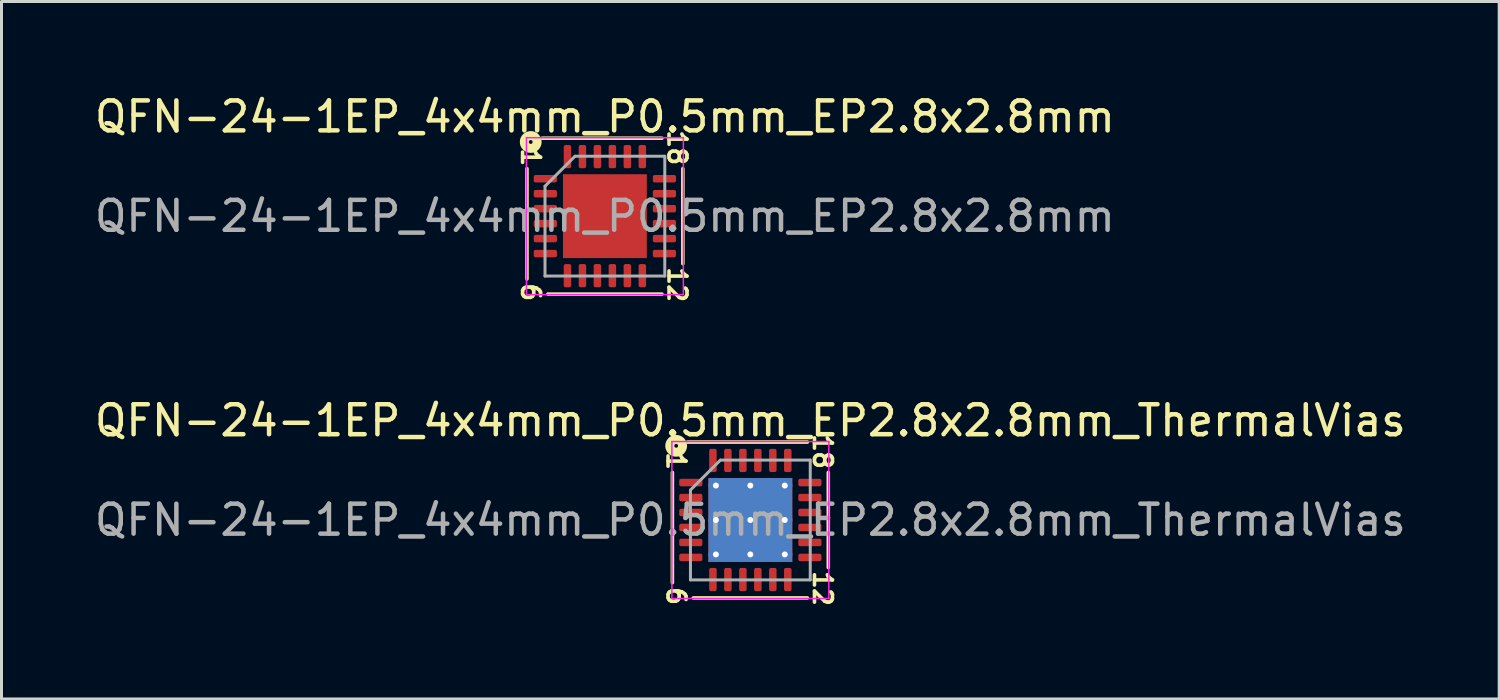
<source format=kicad_pcb>
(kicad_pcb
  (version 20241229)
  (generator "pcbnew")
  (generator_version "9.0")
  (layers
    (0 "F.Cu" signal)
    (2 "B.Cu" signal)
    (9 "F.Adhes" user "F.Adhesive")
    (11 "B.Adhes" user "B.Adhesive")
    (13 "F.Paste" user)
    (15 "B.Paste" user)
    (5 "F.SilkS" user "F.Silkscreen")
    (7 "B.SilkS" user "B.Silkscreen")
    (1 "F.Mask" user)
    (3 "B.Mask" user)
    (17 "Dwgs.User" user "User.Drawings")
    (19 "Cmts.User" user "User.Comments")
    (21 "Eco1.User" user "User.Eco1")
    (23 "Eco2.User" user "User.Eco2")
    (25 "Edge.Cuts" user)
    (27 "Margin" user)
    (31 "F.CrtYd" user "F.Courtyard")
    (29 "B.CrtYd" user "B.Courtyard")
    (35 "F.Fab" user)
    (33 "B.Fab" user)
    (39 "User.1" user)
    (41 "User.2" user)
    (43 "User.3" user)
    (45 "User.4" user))
  (footprint "QFN-24-1EP_4x4mm_P0.5mm_EP2.8x2.8mm_ThermalVias"
    (layer "F.Cu")
    (at 22.006 14.314)
    (property "Reference" "QFN-24-1EP_4x4mm_P0.5mm_EP2.8x2.8mm_ThermalVias" (at 0 -3.32 0) (layer "F.SilkS") (effects (font (size 1 1) (thickness 0.15))))
    (attr smd)
    (fp_line (start -2.603 -1.587) (end -2.603 2.095) (stroke (width 0.12) (type solid)) (layer "F.SilkS"))
    (fp_line (start -1.905 2.603) (end 1.905 2.603) (stroke (width 0.12) (type solid)) (layer "F.SilkS"))
    (fp_line (start 1.905 -2.603) (end -2.095 -2.603) (stroke (width 0.12) (type solid)) (layer "F.SilkS"))
    (fp_line (start 2.603 1.587) (end 2.603 -1.587) (stroke (width 0.12) (type solid)) (layer "F.SilkS"))
    (fp_circle (center -2.477 -2.477) (end -2.413 -2.477) (stroke (width 0.3) (type solid)) (fill no) (layer "F.SilkS"))
    (fp_line (start -2.62 -2.62) (end -2.62 2.62) (stroke (width 0.05) (type solid)) (layer "F.CrtYd"))
    (fp_line (start -2.62 2.62) (end 2.62 2.62) (stroke (width 0.05) (type solid)) (layer "F.CrtYd"))
    (fp_line (start 2.62 -2.62) (end -2.62 -2.62) (stroke (width 0.05) (type solid)) (layer "F.CrtYd"))
    (fp_line (start 2.62 2.62) (end 2.62 -2.62) (stroke (width 0.05) (type solid)) (layer "F.CrtYd"))
    (fp_line (start -2 -1) (end -1 -2) (stroke (width 0.1) (type solid)) (layer "F.Fab"))
    (fp_line (start -2 2) (end -2 -1) (stroke (width 0.1) (type solid)) (layer "F.Fab"))
    (fp_line (start -1 -2) (end 2 -2) (stroke (width 0.1) (type solid)) (layer "F.Fab"))
    (fp_line (start 2 -2) (end 2 2) (stroke (width 0.1) (type solid)) (layer "F.Fab"))
    (fp_line (start 2 2) (end -2 2) (stroke (width 0.1) (type solid)) (layer "F.Fab"))
    (fp_text user "12" (at 2.413 2.286 270) (unlocked yes) (layer "F.SilkS") (effects (font (size 0.6 0.6) (thickness 0.12))))
    (fp_text user "6" (at -2.477 2.54 270) (unlocked yes) (layer "F.SilkS") (effects (font (size 0.6 0.6) (thickness 0.12))))
    (fp_text user "1" (at -2.477 -1.968 270) (unlocked yes) (layer "F.SilkS") (effects (font (size 0.6 0.6) (thickness 0.12))))
    (fp_text user "18" (at 2.413 -2.286 270) (unlocked yes) (layer "F.SilkS") (effects (font (size 0.6 0.6) (thickness 0.12))))
    (fp_text user "${REFERENCE}" (at 0 0 0) (layer "F.Fab") (effects (font (size 1 1) (thickness 0.15))))
    (pad "" smd roundrect (at -0.7 -0.7) (size 1.21 1.21) (layers "F.Paste") (roundrect_rratio 0.207))
    (pad "" smd roundrect (at -0.7 0.7) (size 1.21 1.21) (layers "F.Paste") (roundrect_rratio 0.207))
    (pad "" smd roundrect (at 0.7 -0.7) (size 1.21 1.21) (layers "F.Paste") (roundrect_rratio 0.207))
    (pad "" smd roundrect (at 0.7 0.7) (size 1.21 1.21) (layers "F.Paste") (roundrect_rratio 0.207))
    (pad "1" smd roundrect (at -1.988 -1.25) (size 0.775 0.25) (layers "F.Cu" "F.Mask" "F.Paste") (roundrect_rratio 0.25))
    (pad "2" smd roundrect (at -1.988 -0.75) (size 0.775 0.25) (layers "F.Cu" "F.Mask" "F.Paste") (roundrect_rratio 0.25))
    (pad "3" smd roundrect (at -1.988 -0.25) (size 0.775 0.25) (layers "F.Cu" "F.Mask" "F.Paste") (roundrect_rratio 0.25))
    (pad "4" smd roundrect (at -1.988 0.25) (size 0.775 0.25) (layers "F.Cu" "F.Mask" "F.Paste") (roundrect_rratio 0.25))
    (pad "5" smd roundrect (at -1.988 0.75) (size 0.775 0.25) (layers "F.Cu" "F.Mask" "F.Paste") (roundrect_rratio 0.25))
    (pad "6" smd roundrect (at -1.988 1.25) (size 0.775 0.25) (layers "F.Cu" "F.Mask" "F.Paste") (roundrect_rratio 0.25))
    (pad "7" smd roundrect (at -1.25 1.988) (size 0.25 0.775) (layers "F.Cu" "F.Mask" "F.Paste") (roundrect_rratio 0.25))
    (pad "8" smd roundrect (at -0.75 1.988) (size 0.25 0.775) (layers "F.Cu" "F.Mask" "F.Paste") (roundrect_rratio 0.25))
    (pad "9" smd roundrect (at -0.25 1.988) (size 0.25 0.775) (layers "F.Cu" "F.Mask" "F.Paste") (roundrect_rratio 0.25))
    (pad "10" smd roundrect (at 0.25 1.988) (size 0.25 0.775) (layers "F.Cu" "F.Mask" "F.Paste") (roundrect_rratio 0.25))
    (pad "11" smd roundrect (at 0.75 1.988) (size 0.25 0.775) (layers "F.Cu" "F.Mask" "F.Paste") (roundrect_rratio 0.25))
    (pad "12" smd roundrect (at 1.25 1.988) (size 0.25 0.775) (layers "F.Cu" "F.Mask" "F.Paste") (roundrect_rratio 0.25))
    (pad "13" smd roundrect (at 1.988 1.25) (size 0.775 0.25) (layers "F.Cu" "F.Mask" "F.Paste") (roundrect_rratio 0.25))
    (pad "14" smd roundrect (at 1.988 0.75) (size 0.775 0.25) (layers "F.Cu" "F.Mask" "F.Paste") (roundrect_rratio 0.25))
    (pad "15" smd roundrect (at 1.988 0.25) (size 0.775 0.25) (layers "F.Cu" "F.Mask" "F.Paste") (roundrect_rratio 0.25))
    (pad "16" smd roundrect (at 1.988 -0.25) (size 0.775 0.25) (layers "F.Cu" "F.Mask" "F.Paste") (roundrect_rratio 0.25))
    (pad "17" smd roundrect (at 1.988 -0.75) (size 0.775 0.25) (layers "F.Cu" "F.Mask" "F.Paste") (roundrect_rratio 0.25))
    (pad "18" smd roundrect (at 1.988 -1.25) (size 0.775 0.25) (layers "F.Cu" "F.Mask" "F.Paste") (roundrect_rratio 0.25))
    (pad "19" smd roundrect (at 1.25 -1.988) (size 0.25 0.775) (layers "F.Cu" "F.Mask" "F.Paste") (roundrect_rratio 0.25))
    (pad "20" smd roundrect (at 0.75 -1.988) (size 0.25 0.775) (layers "F.Cu" "F.Mask" "F.Paste") (roundrect_rratio 0.25))
    (pad "21" smd roundrect (at 0.25 -1.988) (size 0.25 0.775) (layers "F.Cu" "F.Mask" "F.Paste") (roundrect_rratio 0.25))
    (pad "22" smd roundrect (at -0.25 -1.988) (size 0.25 0.775) (layers "F.Cu" "F.Mask" "F.Paste") (roundrect_rratio 0.25))
    (pad "23" smd roundrect (at -0.75 -1.988) (size 0.25 0.775) (layers "F.Cu" "F.Mask" "F.Paste") (roundrect_rratio 0.25))
    (pad "24" smd roundrect (at -1.25 -1.988) (size 0.25 0.775) (layers "F.Cu" "F.Mask" "F.Paste") (roundrect_rratio 0.25))
    (pad "25" thru_hole circle (at -1.15 -1.15) (size 0.5 0.5) (drill 0.2) (layers "*.Cu"))
    (pad "25" thru_hole circle (at -1.15 0) (size 0.5 0.5) (drill 0.2) (layers "*.Cu"))
    (pad "25" thru_hole circle (at -1.15 1.15) (size 0.5 0.5) (drill 0.2) (layers "*.Cu"))
    (pad "25" thru_hole circle (at 0 -1.15) (size 0.5 0.5) (drill 0.2) (layers "*.Cu"))
    (pad "25" thru_hole circle (at 0 0) (size 0.5 0.5) (drill 0.2) (layers "*.Cu"))
    (pad "25" smd rect (at 0 0) (size 2.8 2.8) (layers "F.Cu" "F.Mask"))
    (pad "25" smd rect (at 0 0) (size 2.8 2.8) (layers "B.Cu" "B.Mask"))
    (pad "25" thru_hole circle (at 0 1.15) (size 0.5 0.5) (drill 0.2) (layers "*.Cu"))
    (pad "25" thru_hole circle (at 1.15 -1.15) (size 0.5 0.5) (drill 0.2) (layers "*.Cu"))
    (pad "25" thru_hole circle (at 1.15 0) (size 0.5 0.5) (drill 0.2) (layers "*.Cu"))
    (pad "25" thru_hole circle (at 1.15 1.15) (size 0.5 0.5) (drill 0.2) (layers "*.Cu")))
  (footprint "QFN-24-1EP_4x4mm_P0.5mm_EP2.8x2.8mm"
    (layer "F.Cu")
    (at 17.149 4.168)
    (property "Reference" "QFN-24-1EP_4x4mm_P0.5mm_EP2.8x2.8mm" (at 0 -3.32 0) (layer "F.SilkS") (effects (font (size 1 1) (thickness 0.15))))
    (attr smd)
    (fp_line (start -2.603 -1.587) (end -2.603 2.095) (stroke (width 0.12) (type solid)) (layer "F.SilkS"))
    (fp_line (start -1.905 2.603) (end 1.905 2.603) (stroke (width 0.12) (type solid)) (layer "F.SilkS"))
    (fp_line (start 1.905 -2.603) (end -2.095 -2.603) (stroke (width 0.12) (type solid)) (layer "F.SilkS"))
    (fp_line (start 2.603 1.587) (end 2.603 -1.587) (stroke (width 0.12) (type solid)) (layer "F.SilkS"))
    (fp_circle (center -2.477 -2.477) (end -2.413 -2.477) (stroke (width 0.3) (type solid)) (fill no) (layer "F.SilkS"))
    (fp_line (start -2.62 -2.62) (end -2.62 2.62) (stroke (width 0.05) (type solid)) (layer "F.CrtYd"))
    (fp_line (start -2.62 2.62) (end 2.62 2.62) (stroke (width 0.05) (type solid)) (layer "F.CrtYd"))
    (fp_line (start 2.62 -2.62) (end -2.62 -2.62) (stroke (width 0.05) (type solid)) (layer "F.CrtYd"))
    (fp_line (start 2.62 2.62) (end 2.62 -2.62) (stroke (width 0.05) (type solid)) (layer "F.CrtYd"))
    (fp_line (start -2 -1) (end -1 -2) (stroke (width 0.1) (type solid)) (layer "F.Fab"))
    (fp_line (start -2 2) (end -2 -1) (stroke (width 0.1) (type solid)) (layer "F.Fab"))
    (fp_line (start -1 -2) (end 2 -2) (stroke (width 0.1) (type solid)) (layer "F.Fab"))
    (fp_line (start 2 -2) (end 2 2) (stroke (width 0.1) (type solid)) (layer "F.Fab"))
    (fp_line (start 2 2) (end -2 2) (stroke (width 0.1) (type solid)) (layer "F.Fab"))
    (fp_text user "18" (at 2.413 -2.286 270) (unlocked yes) (layer "F.SilkS") (effects (font (size 0.6 0.6) (thickness 0.12))))
    (fp_text user "6" (at -2.477 2.54 270) (unlocked yes) (layer "F.SilkS") (effects (font (size 0.6 0.6) (thickness 0.12))))
    (fp_text user "1" (at -2.477 -1.968 270) (unlocked yes) (layer "F.SilkS") (effects (font (size 0.6 0.6) (thickness 0.12))))
    (fp_text user "12" (at 2.413 2.286 270) (unlocked yes) (layer "F.SilkS") (effects (font (size 0.6 0.6) (thickness 0.12))))
    (fp_text user "${REFERENCE}" (at 0 0 0) (layer "F.Fab") (effects (font (size 1 1) (thickness 0.15))))
    (pad "" smd roundrect (at -0.7 -0.7) (size 1.13 1.13) (layers "F.Paste") (roundrect_rratio 0.221))
    (pad "" smd roundrect (at -0.7 0.7) (size 1.13 1.13) (layers "F.Paste") (roundrect_rratio 0.221))
    (pad "" smd roundrect (at 0.7 -0.7) (size 1.13 1.13) (layers "F.Paste") (roundrect_rratio 0.221))
    (pad "" smd roundrect (at 0.7 0.7) (size 1.13 1.13) (layers "F.Paste") (roundrect_rratio 0.221))
    (pad "1" smd roundrect (at -1.988 -1.25) (size 0.775 0.25) (layers "F.Cu" "F.Mask" "F.Paste") (roundrect_rratio 0.25))
    (pad "2" smd roundrect (at -1.988 -0.75) (size 0.775 0.25) (layers "F.Cu" "F.Mask" "F.Paste") (roundrect_rratio 0.25))
    (pad "3" smd roundrect (at -1.988 -0.25) (size 0.775 0.25) (layers "F.Cu" "F.Mask" "F.Paste") (roundrect_rratio 0.25))
    (pad "4" smd roundrect (at -1.988 0.25) (size 0.775 0.25) (layers "F.Cu" "F.Mask" "F.Paste") (roundrect_rratio 0.25))
    (pad "5" smd roundrect (at -1.988 0.75) (size 0.775 0.25) (layers "F.Cu" "F.Mask" "F.Paste") (roundrect_rratio 0.25))
    (pad "6" smd roundrect (at -1.988 1.25) (size 0.775 0.25) (layers "F.Cu" "F.Mask" "F.Paste") (roundrect_rratio 0.25))
    (pad "7" smd roundrect (at -1.25 1.988) (size 0.25 0.775) (layers "F.Cu" "F.Mask" "F.Paste") (roundrect_rratio 0.25))
    (pad "8" smd roundrect (at -0.75 1.988) (size 0.25 0.775) (layers "F.Cu" "F.Mask" "F.Paste") (roundrect_rratio 0.25))
    (pad "9" smd roundrect (at -0.25 1.988) (size 0.25 0.775) (layers "F.Cu" "F.Mask" "F.Paste") (roundrect_rratio 0.25))
    (pad "10" smd roundrect (at 0.25 1.988) (size 0.25 0.775) (layers "F.Cu" "F.Mask" "F.Paste") (roundrect_rratio 0.25))
    (pad "11" smd roundrect (at 0.75 1.988) (size 0.25 0.775) (layers "F.Cu" "F.Mask" "F.Paste") (roundrect_rratio 0.25))
    (pad "12" smd roundrect (at 1.25 1.988) (size 0.25 0.775) (layers "F.Cu" "F.Mask" "F.Paste") (roundrect_rratio 0.25))
    (pad "13" smd roundrect (at 1.988 1.25) (size 0.775 0.25) (layers "F.Cu" "F.Mask" "F.Paste") (roundrect_rratio 0.25))
    (pad "14" smd roundrect (at 1.988 0.75) (size 0.775 0.25) (layers "F.Cu" "F.Mask" "F.Paste") (roundrect_rratio 0.25))
    (pad "15" smd roundrect (at 1.988 0.25) (size 0.775 0.25) (layers "F.Cu" "F.Mask" "F.Paste") (roundrect_rratio 0.25))
    (pad "16" smd roundrect (at 1.988 -0.25) (size 0.775 0.25) (layers "F.Cu" "F.Mask" "F.Paste") (roundrect_rratio 0.25))
    (pad "17" smd roundrect (at 1.988 -0.75) (size 0.775 0.25) (layers "F.Cu" "F.Mask" "F.Paste") (roundrect_rratio 0.25))
    (pad "18" smd roundrect (at 1.988 -1.25) (size 0.775 0.25) (layers "F.Cu" "F.Mask" "F.Paste") (roundrect_rratio 0.25))
    (pad "19" smd roundrect (at 1.25 -1.988) (size 0.25 0.775) (layers "F.Cu" "F.Mask" "F.Paste") (roundrect_rratio 0.25))
    (pad "20" smd roundrect (at 0.75 -1.988) (size 0.25 0.775) (layers "F.Cu" "F.Mask" "F.Paste") (roundrect_rratio 0.25))
    (pad "21" smd roundrect (at 0.25 -1.988) (size 0.25 0.775) (layers "F.Cu" "F.Mask" "F.Paste") (roundrect_rratio 0.25))
    (pad "22" smd roundrect (at -0.25 -1.988) (size 0.25 0.775) (layers "F.Cu" "F.Mask" "F.Paste") (roundrect_rratio 0.25))
    (pad "23" smd roundrect (at -0.75 -1.988) (size 0.25 0.775) (layers "F.Cu" "F.Mask" "F.Paste") (roundrect_rratio 0.25))
    (pad "24" smd roundrect (at -1.25 -1.988) (size 0.25 0.775) (layers "F.Cu" "F.Mask" "F.Paste") (roundrect_rratio 0.25))
    (pad "25" smd rect (at 0 0) (size 2.8 2.8) (layers "F.Cu" "F.Mask")))
  (gr_rect
    (start -3 -3)
    (end 47.012 20.291)
    (stroke (width 0.1) (type default))
    (fill no)
    (layer "Edge.Cuts")))
</source>
